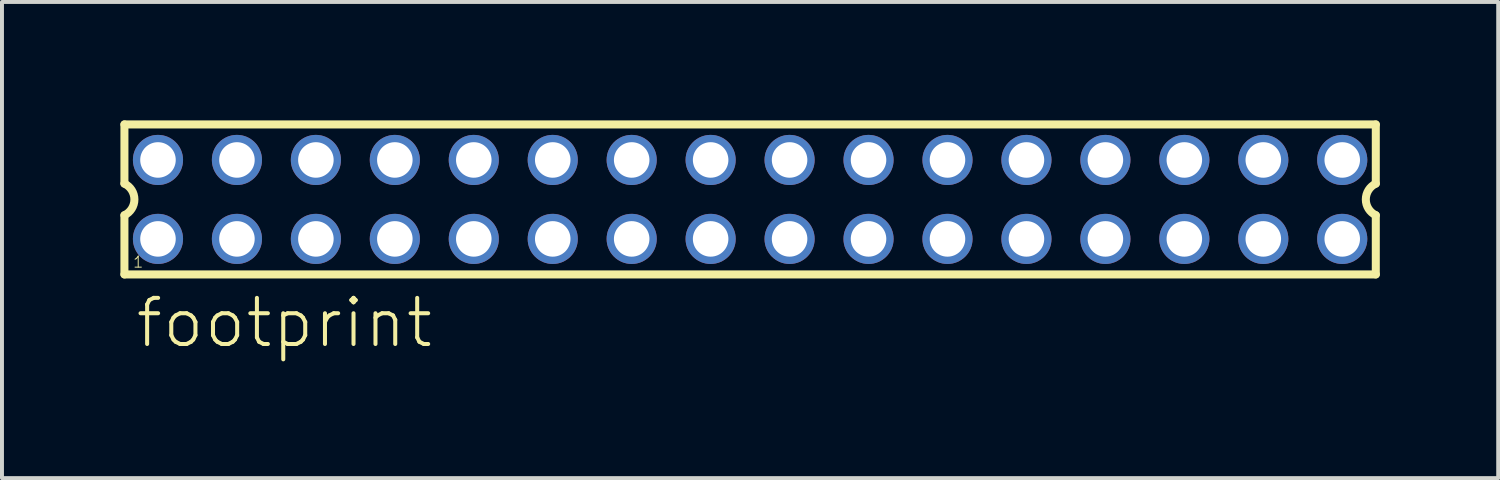
<source format=kicad_pcb>
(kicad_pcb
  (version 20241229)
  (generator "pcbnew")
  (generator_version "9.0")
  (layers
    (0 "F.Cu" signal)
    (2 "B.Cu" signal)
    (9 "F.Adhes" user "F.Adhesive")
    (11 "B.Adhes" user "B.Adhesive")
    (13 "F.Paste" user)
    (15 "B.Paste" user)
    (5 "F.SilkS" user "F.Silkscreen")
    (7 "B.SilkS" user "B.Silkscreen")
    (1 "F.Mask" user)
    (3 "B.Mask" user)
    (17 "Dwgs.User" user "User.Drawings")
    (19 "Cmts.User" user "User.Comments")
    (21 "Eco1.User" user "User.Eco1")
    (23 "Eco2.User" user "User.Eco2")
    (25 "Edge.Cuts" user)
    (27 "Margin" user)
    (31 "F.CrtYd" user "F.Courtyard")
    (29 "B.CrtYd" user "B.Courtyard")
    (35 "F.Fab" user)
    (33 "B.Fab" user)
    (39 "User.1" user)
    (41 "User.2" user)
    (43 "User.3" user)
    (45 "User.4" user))
  (footprint "footprint"
    (layer "F.Cu")
    (at 15.952 2.002)
    (property "Reference" "footprint" (at -15.62 3.81 0) (layer "F.SilkS") (effects (font (size 1.168 1.168) (thickness 0.102)) (justify left bottom)))
    (fp_line (start -15.85 -1.9) (end -15.85 -0.4) (stroke (width 0.203) (type solid)) (layer "F.SilkS"))
    (fp_line (start -15.85 0.4) (end -15.85 1.9) (stroke (width 0.203) (type solid)) (layer "F.SilkS"))
    (fp_line (start -15.85 1.9) (end 15.85 1.9) (stroke (width 0.203) (type solid)) (layer "F.SilkS"))
    (fp_line (start 15.85 -1.9) (end -15.85 -1.9) (stroke (width 0.203) (type solid)) (layer "F.SilkS"))
    (fp_line (start 15.85 -0.4) (end 15.85 -1.9) (stroke (width 0.203) (type solid)) (layer "F.SilkS"))
    (fp_line (start 15.85 1.9) (end 15.85 0.4) (stroke (width 0.203) (type solid)) (layer "F.SilkS"))
    (fp_arc (start -15.85 -0.4) (mid -15.597168 -0.000001) (end -15.849998 0.399999) (stroke (width 0.2032) (type solid)) (layer "F.SilkS"))
    (fp_arc (start 15.85 0.4) (mid 15.597168 0.000001) (end 15.849998 -0.399999) (stroke (width 0.2032) (type solid)) (layer "F.SilkS"))
    (fp_poly (pts (xy -15.25 -0.75) (xy -14.75 -0.75) (xy -14.75 -1.25) (xy -15.25 -1.25)) (stroke (width 0.1) (type solid)) (fill no) (layer "F.Fab"))
    (fp_poly (pts (xy -15.25 1.25) (xy -14.75 1.25) (xy -14.75 0.75) (xy -15.25 0.75)) (stroke (width 0.1) (type solid)) (fill no) (layer "F.Fab"))
    (fp_poly (pts (xy -13.25 -0.75) (xy -12.75 -0.75) (xy -12.75 -1.25) (xy -13.25 -1.25)) (stroke (width 0.1) (type solid)) (fill no) (layer "F.Fab"))
    (fp_poly (pts (xy -13.25 1.25) (xy -12.75 1.25) (xy -12.75 0.75) (xy -13.25 0.75)) (stroke (width 0.1) (type solid)) (fill no) (layer "F.Fab"))
    (fp_poly (pts (xy -11.25 -0.75) (xy -10.75 -0.75) (xy -10.75 -1.25) (xy -11.25 -1.25)) (stroke (width 0.1) (type solid)) (fill no) (layer "F.Fab"))
    (fp_poly (pts (xy -11.25 1.25) (xy -10.75 1.25) (xy -10.75 0.75) (xy -11.25 0.75)) (stroke (width 0.1) (type solid)) (fill no) (layer "F.Fab"))
    (fp_poly (pts (xy -9.25 -0.75) (xy -8.75 -0.75) (xy -8.75 -1.25) (xy -9.25 -1.25)) (stroke (width 0.1) (type solid)) (fill no) (layer "F.Fab"))
    (fp_poly (pts (xy -9.25 1.25) (xy -8.75 1.25) (xy -8.75 0.75) (xy -9.25 0.75)) (stroke (width 0.1) (type solid)) (fill no) (layer "F.Fab"))
    (fp_poly (pts (xy -7.25 -0.75) (xy -6.75 -0.75) (xy -6.75 -1.25) (xy -7.25 -1.25)) (stroke (width 0.1) (type solid)) (fill no) (layer "F.Fab"))
    (fp_poly (pts (xy -7.25 1.25) (xy -6.75 1.25) (xy -6.75 0.75) (xy -7.25 0.75)) (stroke (width 0.1) (type solid)) (fill no) (layer "F.Fab"))
    (fp_poly (pts (xy -5.25 -0.75) (xy -4.75 -0.75) (xy -4.75 -1.25) (xy -5.25 -1.25)) (stroke (width 0.1) (type solid)) (fill no) (layer "F.Fab"))
    (fp_poly (pts (xy -5.25 1.25) (xy -4.75 1.25) (xy -4.75 0.75) (xy -5.25 0.75)) (stroke (width 0.1) (type solid)) (fill no) (layer "F.Fab"))
    (fp_poly (pts (xy -3.25 -0.75) (xy -2.75 -0.75) (xy -2.75 -1.25) (xy -3.25 -1.25)) (stroke (width 0.1) (type solid)) (fill no) (layer "F.Fab"))
    (fp_poly (pts (xy -3.25 1.25) (xy -2.75 1.25) (xy -2.75 0.75) (xy -3.25 0.75)) (stroke (width 0.1) (type solid)) (fill no) (layer "F.Fab"))
    (fp_poly (pts (xy -1.25 -0.75) (xy -0.75 -0.75) (xy -0.75 -1.25) (xy -1.25 -1.25)) (stroke (width 0.1) (type solid)) (fill no) (layer "F.Fab"))
    (fp_poly (pts (xy -1.25 1.25) (xy -0.75 1.25) (xy -0.75 0.75) (xy -1.25 0.75)) (stroke (width 0.1) (type solid)) (fill no) (layer "F.Fab"))
    (fp_poly (pts (xy 0.75 -0.75) (xy 1.25 -0.75) (xy 1.25 -1.25) (xy 0.75 -1.25)) (stroke (width 0.1) (type solid)) (fill no) (layer "F.Fab"))
    (fp_poly (pts (xy 0.75 1.25) (xy 1.25 1.25) (xy 1.25 0.75) (xy 0.75 0.75)) (stroke (width 0.1) (type solid)) (fill no) (layer "F.Fab"))
    (fp_poly (pts (xy 2.75 -0.75) (xy 3.25 -0.75) (xy 3.25 -1.25) (xy 2.75 -1.25)) (stroke (width 0.1) (type solid)) (fill no) (layer "F.Fab"))
    (fp_poly (pts (xy 2.75 1.25) (xy 3.25 1.25) (xy 3.25 0.75) (xy 2.75 0.75)) (stroke (width 0.1) (type solid)) (fill no) (layer "F.Fab"))
    (fp_poly (pts (xy 4.75 -0.75) (xy 5.25 -0.75) (xy 5.25 -1.25) (xy 4.75 -1.25)) (stroke (width 0.1) (type solid)) (fill no) (layer "F.Fab"))
    (fp_poly (pts (xy 4.75 1.25) (xy 5.25 1.25) (xy 5.25 0.75) (xy 4.75 0.75)) (stroke (width 0.1) (type solid)) (fill no) (layer "F.Fab"))
    (fp_poly (pts (xy 6.75 -0.75) (xy 7.25 -0.75) (xy 7.25 -1.25) (xy 6.75 -1.25)) (stroke (width 0.1) (type solid)) (fill no) (layer "F.Fab"))
    (fp_poly (pts (xy 6.75 1.25) (xy 7.25 1.25) (xy 7.25 0.75) (xy 6.75 0.75)) (stroke (width 0.1) (type solid)) (fill no) (layer "F.Fab"))
    (fp_poly (pts (xy 8.75 -0.75) (xy 9.25 -0.75) (xy 9.25 -1.25) (xy 8.75 -1.25)) (stroke (width 0.1) (type solid)) (fill no) (layer "F.Fab"))
    (fp_poly (pts (xy 8.75 1.25) (xy 9.25 1.25) (xy 9.25 0.75) (xy 8.75 0.75)) (stroke (width 0.1) (type solid)) (fill no) (layer "F.Fab"))
    (fp_poly (pts (xy 10.75 -0.75) (xy 11.25 -0.75) (xy 11.25 -1.25) (xy 10.75 -1.25)) (stroke (width 0.1) (type solid)) (fill no) (layer "F.Fab"))
    (fp_poly (pts (xy 10.75 1.25) (xy 11.25 1.25) (xy 11.25 0.75) (xy 10.75 0.75)) (stroke (width 0.1) (type solid)) (fill no) (layer "F.Fab"))
    (fp_poly (pts (xy 12.75 -0.75) (xy 13.25 -0.75) (xy 13.25 -1.25) (xy 12.75 -1.25)) (stroke (width 0.1) (type solid)) (fill no) (layer "F.Fab"))
    (fp_poly (pts (xy 12.75 1.25) (xy 13.25 1.25) (xy 13.25 0.75) (xy 12.75 0.75)) (stroke (width 0.1) (type solid)) (fill no) (layer "F.Fab"))
    (fp_poly (pts (xy 14.75 -0.75) (xy 15.25 -0.75) (xy 15.25 -1.25) (xy 14.75 -1.25)) (stroke (width 0.1) (type solid)) (fill no) (layer "F.Fab"))
    (fp_poly (pts (xy 14.75 1.25) (xy 15.25 1.25) (xy 15.25 0.75) (xy 14.75 0.75)) (stroke (width 0.1) (type solid)) (fill no) (layer "F.Fab"))
    (fp_text user "1" (at -15.65 1.75 0) (layer "F.SilkS") (effects (font (size 0.28 0.28) (thickness 0.024)) (justify left bottom)))
    (pad "1" thru_hole circle (at -15 1) (size 1.27 1.27) (drill 0.9) (layers "*.Cu" "*.Mask"))
    (pad "2" thru_hole circle (at -15 -1) (size 1.27 1.27) (drill 0.9) (layers "*.Cu" "*.Mask"))
    (pad "3" thru_hole circle (at -13 1) (size 1.27 1.27) (drill 0.9) (layers "*.Cu" "*.Mask"))
    (pad "4" thru_hole circle (at -13 -1) (size 1.27 1.27) (drill 0.9) (layers "*.Cu" "*.Mask"))
    (pad "5" thru_hole circle (at -11 1) (size 1.27 1.27) (drill 0.9) (layers "*.Cu" "*.Mask"))
    (pad "6" thru_hole circle (at -11 -1) (size 1.27 1.27) (drill 0.9) (layers "*.Cu" "*.Mask"))
    (pad "7" thru_hole circle (at -9 1) (size 1.27 1.27) (drill 0.9) (layers "*.Cu" "*.Mask"))
    (pad "8" thru_hole circle (at -9 -1) (size 1.27 1.27) (drill 0.9) (layers "*.Cu" "*.Mask"))
    (pad "9" thru_hole circle (at -7 1) (size 1.27 1.27) (drill 0.9) (layers "*.Cu" "*.Mask"))
    (pad "10" thru_hole circle (at -7 -1) (size 1.27 1.27) (drill 0.9) (layers "*.Cu" "*.Mask"))
    (pad "11" thru_hole circle (at -5 1) (size 1.27 1.27) (drill 0.9) (layers "*.Cu" "*.Mask"))
    (pad "12" thru_hole circle (at -5 -1) (size 1.27 1.27) (drill 0.9) (layers "*.Cu" "*.Mask"))
    (pad "13" thru_hole circle (at -3 1) (size 1.27 1.27) (drill 0.9) (layers "*.Cu" "*.Mask"))
    (pad "14" thru_hole circle (at -3 -1) (size 1.27 1.27) (drill 0.9) (layers "*.Cu" "*.Mask"))
    (pad "15" thru_hole circle (at -1 1) (size 1.27 1.27) (drill 0.9) (layers "*.Cu" "*.Mask"))
    (pad "16" thru_hole circle (at -1 -1) (size 1.27 1.27) (drill 0.9) (layers "*.Cu" "*.Mask"))
    (pad "17" thru_hole circle (at 1 1) (size 1.27 1.27) (drill 0.9) (layers "*.Cu" "*.Mask"))
    (pad "18" thru_hole circle (at 1 -1) (size 1.27 1.27) (drill 0.9) (layers "*.Cu" "*.Mask"))
    (pad "19" thru_hole circle (at 3 1) (size 1.27 1.27) (drill 0.9) (layers "*.Cu" "*.Mask"))
    (pad "20" thru_hole circle (at 3 -1) (size 1.27 1.27) (drill 0.9) (layers "*.Cu" "*.Mask"))
    (pad "21" thru_hole circle (at 5 1) (size 1.27 1.27) (drill 0.9) (layers "*.Cu" "*.Mask"))
    (pad "22" thru_hole circle (at 5 -1) (size 1.27 1.27) (drill 0.9) (layers "*.Cu" "*.Mask"))
    (pad "23" thru_hole circle (at 7 1) (size 1.27 1.27) (drill 0.9) (layers "*.Cu" "*.Mask"))
    (pad "24" thru_hole circle (at 7 -1) (size 1.27 1.27) (drill 0.9) (layers "*.Cu" "*.Mask"))
    (pad "25" thru_hole circle (at 9 1) (size 1.27 1.27) (drill 0.9) (layers "*.Cu" "*.Mask"))
    (pad "26" thru_hole circle (at 9 -1) (size 1.27 1.27) (drill 0.9) (layers "*.Cu" "*.Mask"))
    (pad "27" thru_hole circle (at 11 1) (size 1.27 1.27) (drill 0.9) (layers "*.Cu" "*.Mask"))
    (pad "28" thru_hole circle (at 11 -1) (size 1.27 1.27) (drill 0.9) (layers "*.Cu" "*.Mask"))
    (pad "29" thru_hole circle (at 13 1) (size 1.27 1.27) (drill 0.9) (layers "*.Cu" "*.Mask"))
    (pad "30" thru_hole circle (at 13 -1) (size 1.27 1.27) (drill 0.9) (layers "*.Cu" "*.Mask"))
    (pad "31" thru_hole circle (at 15 1) (size 1.27 1.27) (drill 0.9) (layers "*.Cu" "*.Mask"))
    (pad "32" thru_hole circle (at 15 -1) (size 1.27 1.27) (drill 0.9) (layers "*.Cu" "*.Mask")))
  (gr_rect
    (start -3 -3)
    (end 34.903 9.062)
    (stroke (width 0.1) (type default))
    (fill no)
    (layer "Edge.Cuts")))
</source>
